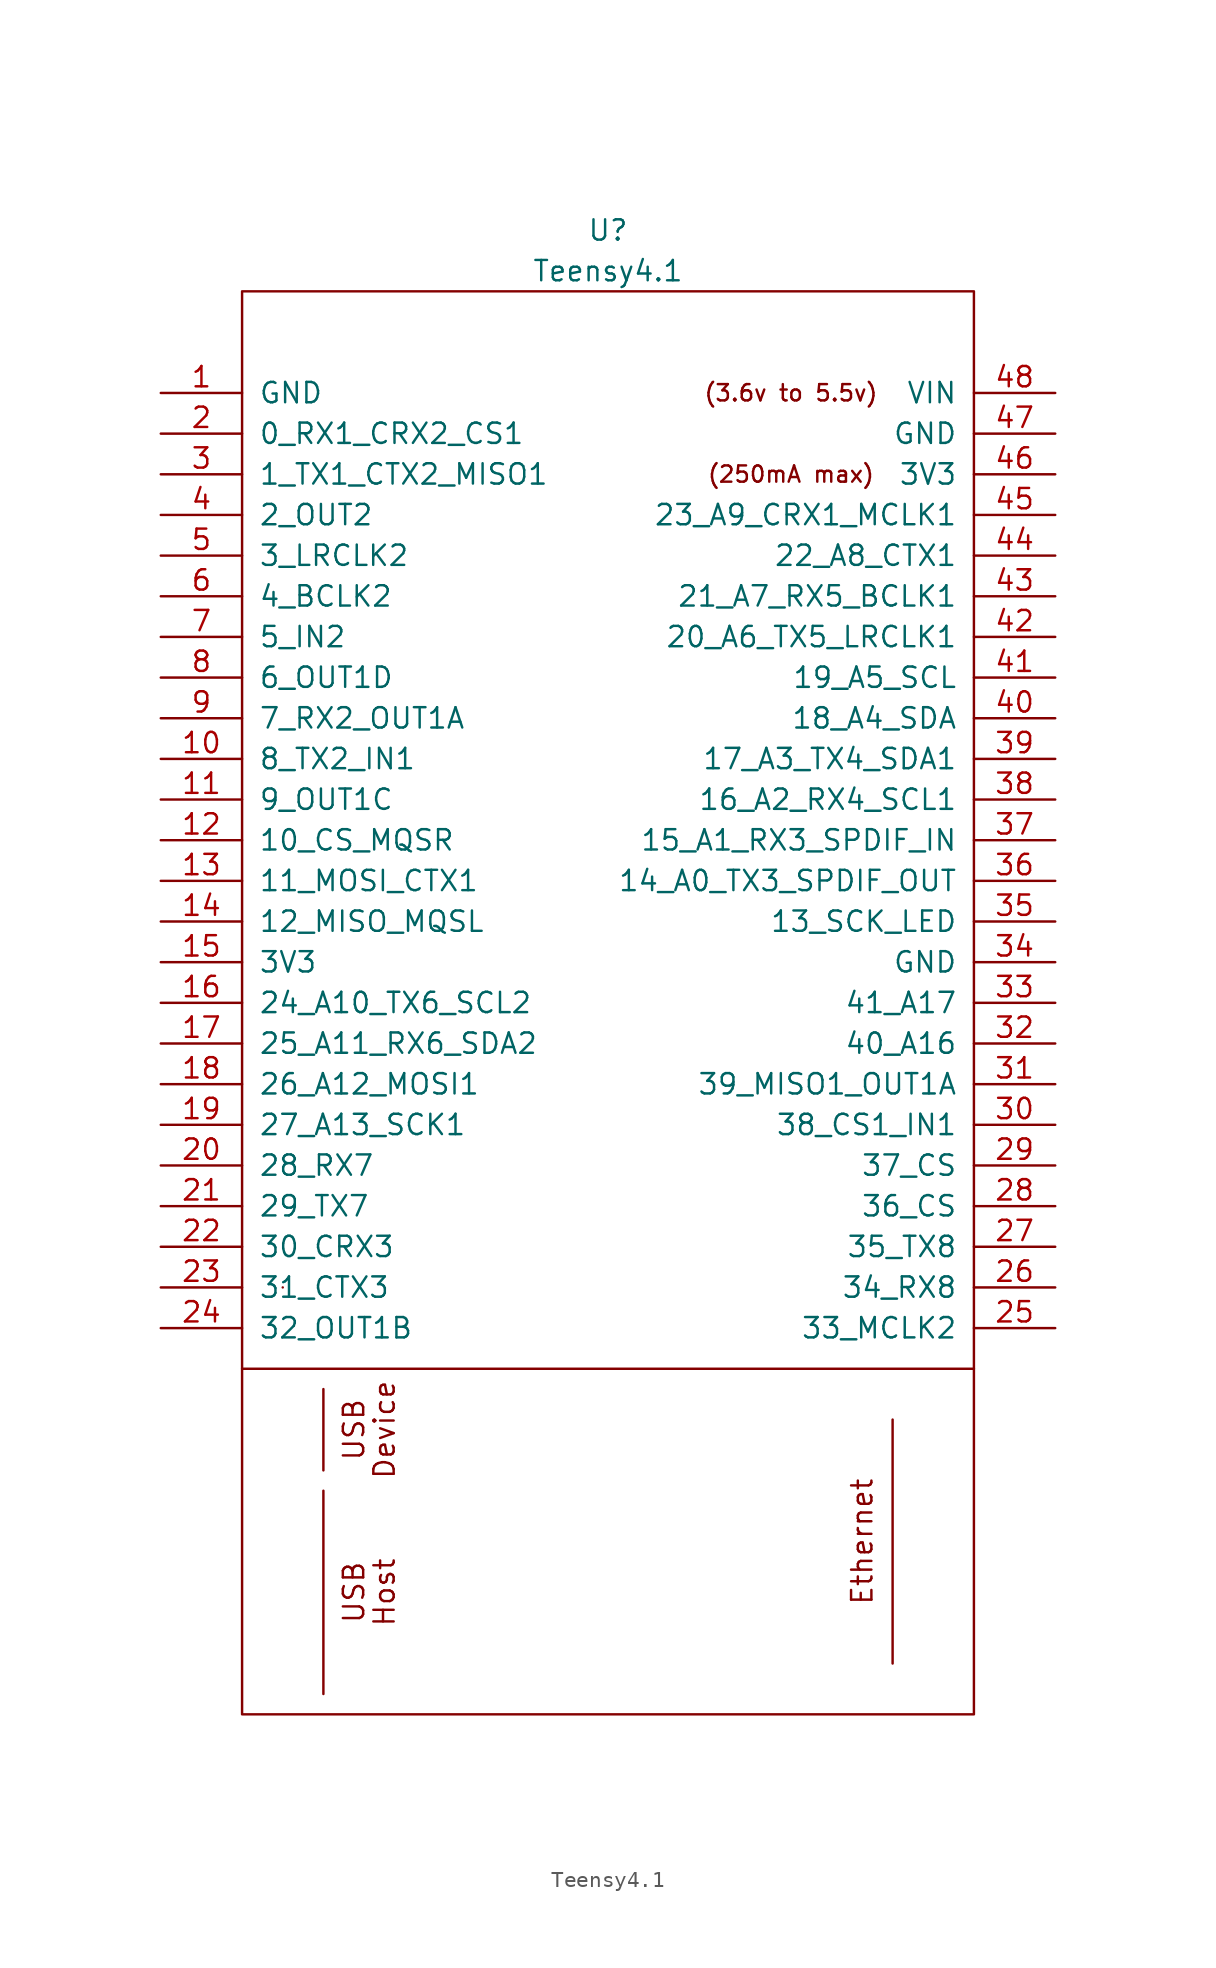
<source format=kicad_sym>
(kicad_symbol_lib
  (version 20211014)
  (generator kicad_symbol_editor)
  (symbol "Teensy4.1"
    (pin_names
      (offset 1.016))
    (property "Reference" "U"
      (at 0 64.77 0)
      (effects (font (size 1.27 1.27))))
    (property "Value" "Teensy4.1"
      (at 0 62.23 0)
      (effects (font (size 1.27 1.27))))
    (symbol "Teensy4.1_0_0"
      (polyline (pts (xy -22.86 -6.35) (xy 22.86 -6.35)) (stroke (width 0) (type default) (color 0 0 0 0)) (fill (type none)))
      (polyline (pts (xy -17.78 -26.67) (xy -17.78 -13.97)) (stroke (width 0) (type default) (color 0 0 0 0)) (fill (type none)))
      (polyline (pts (xy -17.78 -7.62) (xy -17.78 -12.7)) (stroke (width 0) (type default) (color 0 0 0 0)) (fill (type none)))
      (polyline (pts (xy 17.78 -9.525) (xy 17.78 -24.765)) (stroke (width 0) (type default) (color 0 0 0 0)) (fill (type none)))
      (text "(250mA max)" (at 11.43 49.53 0) (effects (font (size 1.016 1.016))))
      (text "(3.6v to 5.5v)" (at 11.43 54.61 0) (effects (font (size 1.016 1.016))))
      (text "Device" (at -13.97 -10.16 900) (effects (font (size 1.27 1.27))))
      (text "Ethernet" (at 15.875 -17.145 900) (effects (font (size 1.27 1.27))))
      (text "Host" (at -13.97 -20.32 900) (effects (font (size 1.27 1.27))))
      (text "USB" (at -15.875 -20.32 900) (effects (font (size 1.27 1.27))))
      (text "USB" (at -15.875 -10.16 900) (effects (font (size 1.27 1.27))))
      (pin bidirectional line (at -27.94 31.75 0) (length 5.08) (name "8_TX2_IN1" (effects (font (size 1.27 1.27)))) (number "10" (effects (font (size 1.27 1.27)))))
      (pin bidirectional line (at -27.94 29.21 0) (length 5.08) (name "9_OUT1C" (effects (font (size 1.27 1.27)))) (number "11" (effects (font (size 1.27 1.27)))))
      (pin bidirectional line (at -27.94 26.67 0) (length 5.08) (name "10_CS_MQSR" (effects (font (size 1.27 1.27)))) (number "12" (effects (font (size 1.27 1.27)))))
      (pin bidirectional line (at -27.94 24.13 0) (length 5.08) (name "11_MOSI_CTX1" (effects (font (size 1.27 1.27)))) (number "13" (effects (font (size 1.27 1.27)))))
      (pin bidirectional line (at -27.94 21.59 0) (length 5.08) (name "12_MISO_MQSL" (effects (font (size 1.27 1.27)))) (number "14" (effects (font (size 1.27 1.27)))))
      (pin power_in line (at -27.94 19.05 0) (length 5.08) (name "3V3" (effects (font (size 1.27 1.27)))) (number "15" (effects (font (size 1.27 1.27)))))
      (pin bidirectional line (at -27.94 16.51 0) (length 5.08) (name "24_A10_TX6_SCL2" (effects (font (size 1.27 1.27)))) (number "16" (effects (font (size 1.27 1.27)))))
      (pin bidirectional line (at -27.94 13.97 0) (length 5.08) (name "25_A11_RX6_SDA2" (effects (font (size 1.27 1.27)))) (number "17" (effects (font (size 1.27 1.27)))))
      (pin bidirectional line (at -27.94 11.43 0) (length 5.08) (name "26_A12_MOSI1" (effects (font (size 1.27 1.27)))) (number "18" (effects (font (size 1.27 1.27)))))
      (pin bidirectional line (at -27.94 8.89 0) (length 5.08) (name "27_A13_SCK1" (effects (font (size 1.27 1.27)))) (number "19" (effects (font (size 1.27 1.27)))))
      (pin bidirectional line (at -27.94 6.35 0) (length 5.08) (name "28_RX7" (effects (font (size 1.27 1.27)))) (number "20" (effects (font (size 1.27 1.27)))))
      (pin bidirectional line (at -27.94 3.81 0) (length 5.08) (name "29_TX7" (effects (font (size 1.27 1.27)))) (number "21" (effects (font (size 1.27 1.27)))))
      (pin bidirectional line (at -27.94 1.27 0) (length 5.08) (name "30_CRX3" (effects (font (size 1.27 1.27)))) (number "22" (effects (font (size 1.27 1.27)))))
      (pin bidirectional line (at -27.94 -1.27 0) (length 5.08) (name "31_CTX3" (effects (font (size 1.27 1.27)))) (number "23" (effects (font (size 1.27 1.27)))))
      (pin bidirectional line (at -27.94 -3.81 0) (length 5.08) (name "32_OUT1B" (effects (font (size 1.27 1.27)))) (number "24" (effects (font (size 1.27 1.27)))))
      (pin bidirectional line (at 27.94 -3.81 180) (length 5.08) (name "33_MCLK2" (effects (font (size 1.27 1.27)))) (number "25" (effects (font (size 1.27 1.27)))))
      (pin bidirectional line (at 27.94 -1.27 180) (length 5.08) (name "34_RX8" (effects (font (size 1.27 1.27)))) (number "26" (effects (font (size 1.27 1.27)))))
      (pin bidirectional line (at 27.94 1.27 180) (length 5.08) (name "35_TX8" (effects (font (size 1.27 1.27)))) (number "27" (effects (font (size 1.27 1.27)))))
      (pin bidirectional line (at 27.94 3.81 180) (length 5.08) (name "36_CS" (effects (font (size 1.27 1.27)))) (number "28" (effects (font (size 1.27 1.27)))))
      (pin bidirectional line (at 27.94 6.35 180) (length 5.08) (name "37_CS" (effects (font (size 1.27 1.27)))) (number "29" (effects (font (size 1.27 1.27)))))
      (pin bidirectional line (at 27.94 8.89 180) (length 5.08) (name "38_CS1_IN1" (effects (font (size 1.27 1.27)))) (number "30" (effects (font (size 1.27 1.27)))))
      (pin bidirectional line (at 27.94 11.43 180) (length 5.08) (name "39_MISO1_OUT1A" (effects (font (size 1.27 1.27)))) (number "31" (effects (font (size 1.27 1.27)))))
      (pin bidirectional line (at 27.94 13.97 180) (length 5.08) (name "40_A16" (effects (font (size 1.27 1.27)))) (number "32" (effects (font (size 1.27 1.27)))))
      (pin bidirectional line (at 27.94 16.51 180) (length 5.08) (name "41_A17" (effects (font (size 1.27 1.27)))) (number "33" (effects (font (size 1.27 1.27)))))
      (pin bidirectional line (at 27.94 21.59 180) (length 5.08) (name "13_SCK_LED" (effects (font (size 1.27 1.27)))) (number "35" (effects (font (size 1.27 1.27)))))
      (pin bidirectional line (at 27.94 24.13 180) (length 5.08) (name "14_A0_TX3_SPDIF_OUT" (effects (font (size 1.27 1.27)))) (number "36" (effects (font (size 1.27 1.27)))))
      (pin bidirectional line (at 27.94 26.67 180) (length 5.08) (name "15_A1_RX3_SPDIF_IN" (effects (font (size 1.27 1.27)))) (number "37" (effects (font (size 1.27 1.27)))))
      (pin bidirectional line (at 27.94 29.21 180) (length 5.08) (name "16_A2_RX4_SCL1" (effects (font (size 1.27 1.27)))) (number "38" (effects (font (size 1.27 1.27)))))
      (pin bidirectional line (at 27.94 31.75 180) (length 5.08) (name "17_A3_TX4_SDA1" (effects (font (size 1.27 1.27)))) (number "39" (effects (font (size 1.27 1.27)))))
      (pin bidirectional line (at 27.94 34.29 180) (length 5.08) (name "18_A4_SDA" (effects (font (size 1.27 1.27)))) (number "40" (effects (font (size 1.27 1.27)))))
      (pin bidirectional line (at 27.94 36.83 180) (length 5.08) (name "19_A5_SCL" (effects (font (size 1.27 1.27)))) (number "41" (effects (font (size 1.27 1.27)))))
      (pin bidirectional line (at 27.94 39.37 180) (length 5.08) (name "20_A6_TX5_LRCLK1" (effects (font (size 1.27 1.27)))) (number "42" (effects (font (size 1.27 1.27)))))
      (pin bidirectional line (at 27.94 41.91 180) (length 5.08) (name "21_A7_RX5_BCLK1" (effects (font (size 1.27 1.27)))) (number "43" (effects (font (size 1.27 1.27)))))
      (pin bidirectional line (at 27.94 44.45 180) (length 5.08) (name "22_A8_CTX1" (effects (font (size 1.27 1.27)))) (number "44" (effects (font (size 1.27 1.27)))))
      (pin bidirectional line (at 27.94 46.99 180) (length 5.08) (name "23_A9_CRX1_MCLK1" (effects (font (size 1.27 1.27)))) (number "45" (effects (font (size 1.27 1.27)))))
      (pin power_out line (at 27.94 49.53 180) (length 5.08) (name "3V3" (effects (font (size 1.27 1.27)))) (number "46" (effects (font (size 1.27 1.27)))))
      (pin power_in line (at 27.94 52.07 180) (length 5.08) (name "GND" (effects (font (size 1.27 1.27)))) (number "47" (effects (font (size 1.27 1.27)))))
      (pin power_in line (at 27.94 54.61 180) (length 5.08) (name "VIN" (effects (font (size 1.27 1.27)))) (number "48" (effects (font (size 1.27 1.27)))))
      (pin bidirectional line (at -27.94 44.45 0) (length 5.08) (name "3_LRCLK2" (effects (font (size 1.27 1.27)))) (number "5" (effects (font (size 1.27 1.27)))))
      (pin bidirectional line (at -27.94 41.91 0) (length 5.08) (name "4_BCLK2" (effects (font (size 1.27 1.27)))) (number "6" (effects (font (size 1.27 1.27)))))
      (pin bidirectional line (at -27.94 39.37 0) (length 5.08) (name "5_IN2" (effects (font (size 1.27 1.27)))) (number "7" (effects (font (size 1.27 1.27)))))
      (pin bidirectional line (at -27.94 36.83 0) (length 5.08) (name "6_OUT1D" (effects (font (size 1.27 1.27)))) (number "8" (effects (font (size 1.27 1.27)))))
      (pin bidirectional line (at -27.94 34.29 0) (length 5.08) (name "7_RX2_OUT1A" (effects (font (size 1.27 1.27)))) (number "9" (effects (font (size 1.27 1.27))))))
    (symbol "Teensy4.1_0_1"
      (rectangle (start -22.86 60.96) (end 22.86 -27.94) (stroke (width 0) (type default) (color 0 0 0 0)) (fill (type none)))
      (rectangle (start -20.32 -1.27) (end -20.32 -1.27) (stroke (width 0) (type default) (color 0 0 0 0)) (fill (type none))))
    (symbol "Teensy4.1_1_1"
      (pin power_in line (at -27.94 54.61 0) (length 5.08) (name "GND" (effects (font (size 1.27 1.27)))) (number "1" (effects (font (size 1.27 1.27)))))
      (pin bidirectional line (at -27.94 52.07 0) (length 5.08) (name "0_RX1_CRX2_CS1" (effects (font (size 1.27 1.27)))) (number "2" (effects (font (size 1.27 1.27)))))
      (pin bidirectional line (at -27.94 49.53 0) (length 5.08) (name "1_TX1_CTX2_MISO1" (effects (font (size 1.27 1.27)))) (number "3" (effects (font (size 1.27 1.27)))))
      (pin power_in line (at 27.94 19.05 180) (length 5.08) (name "GND" (effects (font (size 1.27 1.27)))) (number "34" (effects (font (size 1.27 1.27)))))
      (pin bidirectional line (at -27.94 46.99 0) (length 5.08) (name "2_OUT2" (effects (font (size 1.27 1.27)))) (number "4" (effects (font (size 1.27 1.27))))))))
</source>
